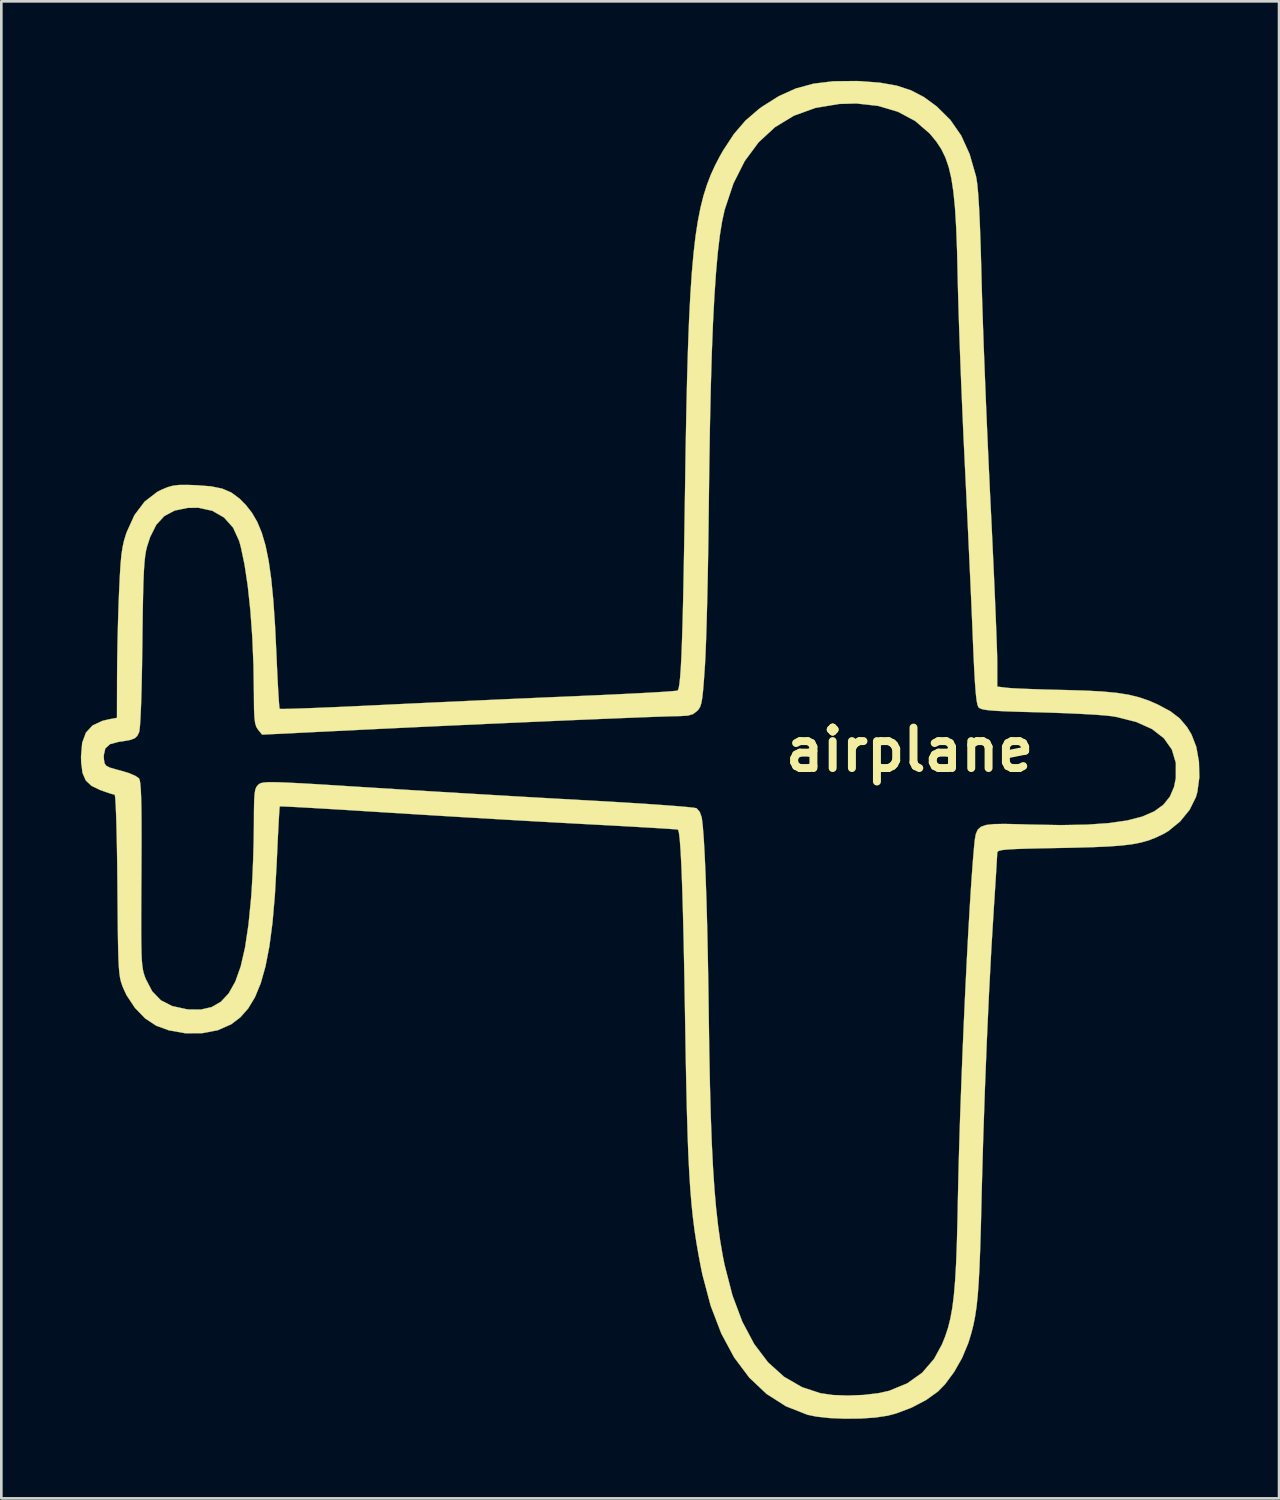
<source format=kicad_pcb>
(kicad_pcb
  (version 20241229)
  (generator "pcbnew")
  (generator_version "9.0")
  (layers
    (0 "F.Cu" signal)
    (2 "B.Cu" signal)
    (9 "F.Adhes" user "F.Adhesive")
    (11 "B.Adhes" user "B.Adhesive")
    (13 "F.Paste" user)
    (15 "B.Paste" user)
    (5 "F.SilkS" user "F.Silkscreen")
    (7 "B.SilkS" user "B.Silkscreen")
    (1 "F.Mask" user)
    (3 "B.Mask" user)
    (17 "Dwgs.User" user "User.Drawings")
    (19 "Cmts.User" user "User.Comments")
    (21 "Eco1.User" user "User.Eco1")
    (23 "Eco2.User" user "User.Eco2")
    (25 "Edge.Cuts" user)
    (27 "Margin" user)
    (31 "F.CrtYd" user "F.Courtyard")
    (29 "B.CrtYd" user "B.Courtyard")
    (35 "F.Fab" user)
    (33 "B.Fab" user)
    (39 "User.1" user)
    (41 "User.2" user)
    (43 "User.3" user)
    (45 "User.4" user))
  (footprint "airplane"
    (layer "F.Cu")
    (at 21.087 25.218)
    (property "Reference" "airplane" (at 10.16 0 0) (layer "F.SilkS") (effects (font (size 1.524 1.524) (thickness 0.3))))
    (attr through_hole)
    (fp_poly (pts (xy 8.277 -25.209) (xy 9.037 -25.151) (xy 9.669 -25.04) (xy 10.211 -24.862) (xy 10.7 -24.607) (xy 11.172 -24.261) (xy 11.183 -24.252) (xy 11.696 -23.744) (xy 12.104 -23.155) (xy 12.42 -22.46) (xy 12.658 -21.634) (xy 12.668 -21.59) (xy 12.707 -21.343) (xy 12.743 -20.966) (xy 12.776 -20.451) (xy 12.807 -19.791) (xy 12.836 -18.978) (xy 12.864 -18.005) (xy 12.869 -17.78) (xy 12.889 -17.061) (xy 12.917 -16.203) (xy 12.951 -15.235) (xy 12.992 -14.187) (xy 13.036 -13.089) (xy 13.084 -11.97) (xy 13.134 -10.86) (xy 13.184 -9.788) (xy 13.205 -9.36) (xy 13.252 -8.41) (xy 13.295 -7.487) (xy 13.336 -6.607) (xy 13.372 -5.79) (xy 13.403 -5.054) (xy 13.428 -4.416) (xy 13.447 -3.894) (xy 13.459 -3.508) (xy 13.462 -3.291) (xy 13.462 -2.381) (xy 13.822 -2.336) (xy 14.014 -2.321) (xy 14.344 -2.304) (xy 14.781 -2.287) (xy 15.293 -2.27) (xy 15.849 -2.256) (xy 16.002 -2.253) (xy 16.791 -2.23) (xy 17.438 -2.195) (xy 17.973 -2.144) (xy 18.423 -2.073) (xy 18.816 -1.976) (xy 19.18 -1.851) (xy 19.508 -1.708) (xy 19.985 -1.454) (xy 20.338 -1.185) (xy 20.615 -0.859) (xy 20.785 -0.579) (xy 20.967 -0.109) (xy 21.067 0.45) (xy 21.082 1.037) (xy 21.007 1.59) (xy 20.953 1.783) (xy 20.717 2.261) (xy 20.356 2.705) (xy 19.912 3.067) (xy 19.711 3.183) (xy 19.438 3.312) (xy 19.168 3.417) (xy 18.877 3.499) (xy 18.542 3.563) (xy 18.142 3.611) (xy 17.653 3.647) (xy 17.053 3.673) (xy 16.318 3.693) (xy 15.854 3.702) (xy 15.151 3.715) (xy 14.599 3.728) (xy 14.181 3.742) (xy 13.878 3.758) (xy 13.672 3.778) (xy 13.547 3.804) (xy 13.483 3.835) (xy 13.462 3.875) (xy 13.462 3.883) (xy 13.456 4.005) (xy 13.441 4.27) (xy 13.418 4.651) (xy 13.388 5.123) (xy 13.354 5.659) (xy 13.336 5.927) (xy 13.241 7.482) (xy 13.152 9.171) (xy 13.07 10.958) (xy 12.996 12.807) (xy 12.932 14.682) (xy 12.879 16.547) (xy 12.869 16.976) (xy 12.845 17.96) (xy 12.82 18.794) (xy 12.793 19.496) (xy 12.762 20.084) (xy 12.726 20.578) (xy 12.682 20.995) (xy 12.629 21.355) (xy 12.566 21.676) (xy 12.49 21.977) (xy 12.4 22.276) (xy 12.363 22.388) (xy 12.138 22.928) (xy 11.837 23.458) (xy 11.494 23.922) (xy 11.23 24.194) (xy 10.782 24.515) (xy 10.233 24.803) (xy 9.648 25.024) (xy 9.324 25.109) (xy 8.859 25.178) (xy 8.306 25.215) (xy 7.717 25.221) (xy 7.144 25.197) (xy 6.641 25.142) (xy 6.308 25.073) (xy 5.495 24.753) (xy 4.763 24.286) (xy 4.112 23.671) (xy 3.544 22.913) (xy 3.059 22.011) (xy 2.659 20.967) (xy 2.345 19.784) (xy 2.294 19.536) (xy 2.202 19.054) (xy 2.121 18.587) (xy 2.05 18.121) (xy 1.989 17.641) (xy 1.936 17.131) (xy 1.89 16.575) (xy 1.851 15.959) (xy 1.816 15.267) (xy 1.787 14.484) (xy 1.761 13.594) (xy 1.737 12.583) (xy 1.715 11.435) (xy 1.693 10.134) (xy 1.691 9.991) (xy 1.666 8.543) (xy 1.64 7.264) (xy 1.613 6.154) (xy 1.585 5.212) (xy 1.556 4.437) (xy 1.525 3.83) (xy 1.493 3.39) (xy 1.459 3.116) (xy 1.425 3.01) (xy 1.338 3) (xy 1.098 2.983) (xy 0.726 2.959) (xy 0.237 2.93) (xy -0.35 2.896) (xy -1.017 2.859) (xy -1.747 2.82) (xy -2.117 2.8) (xy -3.006 2.752) (xy -4.021 2.696) (xy -5.119 2.633) (xy -6.256 2.567) (xy -7.39 2.499) (xy -8.476 2.433) (xy -9.472 2.371) (xy -9.6 2.363) (xy -10.401 2.313) (xy -11.15 2.266) (xy -11.828 2.226) (xy -12.42 2.191) (xy -12.909 2.164) (xy -13.278 2.145) (xy -13.511 2.135) (xy -13.59 2.135) (xy -13.6 2.222) (xy -13.615 2.456) (xy -13.635 2.814) (xy -13.659 3.271) (xy -13.684 3.806) (xy -13.706 4.287) (xy -13.773 5.48) (xy -13.863 6.517) (xy -13.98 7.408) (xy -14.127 8.166) (xy -14.306 8.801) (xy -14.522 9.326) (xy -14.778 9.752) (xy -15.076 10.089) (xy -15.417 10.349) (xy -15.925 10.574) (xy -16.518 10.687) (xy -17.149 10.689) (xy -17.775 10.577) (xy -18.248 10.404) (xy -18.664 10.13) (xy -19.05 9.731) (xy -19.367 9.252) (xy -19.49 8.987) (xy -19.538 8.863) (xy -19.578 8.739) (xy -19.61 8.6) (xy -19.635 8.425) (xy -19.655 8.199) (xy -19.67 7.904) (xy -19.682 7.521) (xy -19.691 7.034) (xy -19.698 6.424) (xy -19.705 5.674) (xy -19.71 5.101) (xy -19.718 4.321) (xy -19.729 3.613) (xy -19.743 2.992) (xy -19.758 2.474) (xy -19.775 2.075) (xy -19.792 1.811) (xy -19.81 1.697) (xy -19.814 1.693) (xy -19.929 1.666) (xy -20.149 1.593) (xy -20.367 1.515) (xy -20.69 1.359) (xy -20.903 1.158) (xy -21.026 0.875) (xy -21.077 0.479) (xy -21.082 0.248) (xy -21.079 0.213) (xy -20.226 0.213) (xy -20.219 0.364) (xy -20.196 0.507) (xy -20.136 0.601) (xy -20.002 0.671) (xy -19.756 0.743) (xy -19.6 0.783) (xy -19.29 0.876) (xy -19.039 0.981) (xy -18.899 1.076) (xy -18.897 1.079) (xy -18.868 1.15) (xy -18.846 1.288) (xy -18.828 1.508) (xy -18.815 1.822) (xy -18.806 2.244) (xy -18.802 2.789) (xy -18.801 3.47) (xy -18.804 4.301) (xy -18.806 4.699) (xy -18.811 5.558) (xy -18.813 6.265) (xy -18.814 6.838) (xy -18.81 7.293) (xy -18.803 7.649) (xy -18.791 7.923) (xy -18.773 8.131) (xy -18.749 8.293) (xy -18.718 8.424) (xy -18.679 8.543) (xy -18.641 8.643) (xy -18.398 9.109) (xy -18.074 9.444) (xy -17.648 9.663) (xy -17.099 9.783) (xy -17.033 9.791) (xy -16.565 9.796) (xy -16.159 9.703) (xy -15.81 9.502) (xy -15.514 9.185) (xy -15.266 8.744) (xy -15.062 8.171) (xy -14.898 7.456) (xy -14.768 6.593) (xy -14.668 5.573) (xy -14.651 5.334) (xy -14.618 4.767) (xy -14.591 4.109) (xy -14.572 3.438) (xy -14.564 2.833) (xy -14.564 2.786) (xy -14.561 2.28) (xy -14.554 1.916) (xy -14.538 1.667) (xy -14.511 1.503) (xy -14.468 1.399) (xy -14.408 1.326) (xy -14.398 1.316) (xy -14.354 1.283) (xy -14.294 1.256) (xy -14.203 1.237) (xy -14.068 1.225) (xy -13.874 1.222) (xy -13.605 1.227) (xy -13.248 1.242) (xy -12.788 1.265) (xy -12.211 1.298) (xy -11.502 1.342) (xy -10.647 1.396) (xy -10.101 1.43) (xy -9.083 1.494) (xy -7.952 1.564) (xy -6.753 1.636) (xy -5.532 1.708) (xy -4.334 1.778) (xy -3.204 1.842) (xy -2.189 1.899) (xy -1.998 1.909) (xy -1.19 1.954) (xy -0.431 2) (xy 0.262 2.044) (xy 0.872 2.087) (xy 1.38 2.125) (xy 1.771 2.159) (xy 2.026 2.187) (xy 2.126 2.206) (xy 2.246 2.343) (xy 2.322 2.558) (xy 2.322 2.562) (xy 2.361 2.887) (xy 2.398 3.369) (xy 2.433 3.997) (xy 2.466 4.759) (xy 2.497 5.644) (xy 2.525 6.638) (xy 2.549 7.731) (xy 2.57 8.911) (xy 2.584 9.906) (xy 2.604 11.355) (xy 2.63 12.648) (xy 2.661 13.8) (xy 2.699 14.826) (xy 2.745 15.738) (xy 2.799 16.551) (xy 2.862 17.28) (xy 2.936 17.938) (xy 3.02 18.539) (xy 3.117 19.098) (xy 3.182 19.423) (xy 3.477 20.568) (xy 3.849 21.562) (xy 4.297 22.405) (xy 4.822 23.098) (xy 5.424 23.641) (xy 6.103 24.033) (xy 6.795 24.261) (xy 7.262 24.328) (xy 7.826 24.349) (xy 8.419 24.326) (xy 8.974 24.261) (xy 9.385 24.17) (xy 10.068 23.889) (xy 10.631 23.489) (xy 11.081 22.966) (xy 11.377 22.423) (xy 11.502 22.113) (xy 11.608 21.791) (xy 11.696 21.438) (xy 11.769 21.037) (xy 11.827 20.569) (xy 11.874 20.017) (xy 11.912 19.362) (xy 11.941 18.586) (xy 11.965 17.672) (xy 11.979 16.933) (xy 12 15.986) (xy 12.028 14.946) (xy 12.063 13.834) (xy 12.105 12.674) (xy 12.151 11.487) (xy 12.202 10.295) (xy 12.256 9.119) (xy 12.312 7.983) (xy 12.369 6.908) (xy 12.427 5.915) (xy 12.483 5.028) (xy 12.538 4.267) (xy 12.586 3.692) (xy 12.615 3.401) (xy 12.654 3.178) (xy 12.725 3.015) (xy 12.848 2.904) (xy 13.044 2.836) (xy 13.333 2.803) (xy 13.737 2.796) (xy 14.274 2.808) (xy 14.724 2.821) (xy 15.859 2.841) (xy 16.837 2.824) (xy 17.669 2.766) (xy 18.365 2.666) (xy 18.933 2.519) (xy 19.383 2.322) (xy 19.726 2.073) (xy 19.971 1.769) (xy 20.127 1.405) (xy 20.195 1.071) (xy 20.196 0.494) (xy 20.046 -0.008) (xy 19.746 -0.433) (xy 19.298 -0.781) (xy 18.704 -1.048) (xy 17.966 -1.235) (xy 17.772 -1.267) (xy 17.51 -1.295) (xy 17.11 -1.325) (xy 16.605 -1.353) (xy 16.029 -1.379) (xy 15.412 -1.401) (xy 15.009 -1.413) (xy 14.337 -1.43) (xy 13.815 -1.448) (xy 13.423 -1.467) (xy 13.142 -1.489) (xy 12.951 -1.516) (xy 12.833 -1.549) (xy 12.766 -1.59) (xy 12.756 -1.6) (xy 12.718 -1.687) (xy 12.684 -1.862) (xy 12.652 -2.142) (xy 12.622 -2.539) (xy 12.592 -3.069) (xy 12.56 -3.745) (xy 12.542 -4.191) (xy 12.517 -4.798) (xy 12.485 -5.544) (xy 12.447 -6.396) (xy 12.404 -7.324) (xy 12.359 -8.297) (xy 12.312 -9.284) (xy 12.265 -10.253) (xy 12.235 -10.88) (xy 12.189 -11.833) (xy 12.145 -12.835) (xy 12.102 -13.854) (xy 12.063 -14.855) (xy 12.029 -15.808) (xy 12.001 -16.677) (xy 11.98 -17.431) (xy 11.971 -17.822) (xy 11.947 -18.836) (xy 11.914 -19.697) (xy 11.87 -20.424) (xy 11.81 -21.033) (xy 11.732 -21.543) (xy 11.632 -21.97) (xy 11.507 -22.332) (xy 11.354 -22.645) (xy 11.168 -22.928) (xy 10.946 -23.198) (xy 10.908 -23.24) (xy 10.368 -23.707) (xy 9.719 -24.054) (xy 8.975 -24.275) (xy 8.151 -24.367) (xy 7.503 -24.349) (xy 6.604 -24.199) (xy 5.797 -23.907) (xy 5.083 -23.474) (xy 4.463 -22.902) (xy 3.939 -22.193) (xy 3.514 -21.348) (xy 3.188 -20.37) (xy 3.18 -20.338) (xy 3.086 -19.91) (xy 3.001 -19.38) (xy 2.925 -18.74) (xy 2.858 -17.985) (xy 2.798 -17.107) (xy 2.745 -16.099) (xy 2.7 -14.955) (xy 2.662 -13.668) (xy 2.63 -12.231) (xy 2.604 -10.638) (xy 2.586 -9.144) (xy 2.575 -8.231) (xy 2.561 -7.319) (xy 2.545 -6.432) (xy 2.526 -5.595) (xy 2.506 -4.83) (xy 2.485 -4.161) (xy 2.464 -3.612) (xy 2.443 -3.206) (xy 2.441 -3.177) (xy 2.403 -2.63) (xy 2.37 -2.225) (xy 2.338 -1.938) (xy 2.301 -1.742) (xy 2.256 -1.61) (xy 2.198 -1.517) (xy 2.148 -1.463) (xy 1.994 -1.346) (xy 1.797 -1.287) (xy 1.496 -1.269) (xy 1.464 -1.269) (xy 1.246 -1.265) (xy 0.874 -1.253) (xy 0.365 -1.235) (xy -0.267 -1.211) (xy -1.004 -1.181) (xy -1.833 -1.147) (xy -2.736 -1.109) (xy -3.699 -1.067) (xy -4.705 -1.023) (xy -5.738 -0.977) (xy -6.784 -0.93) (xy -7.826 -0.882) (xy -8.849 -0.834) (xy -9.837 -0.787) (xy -10.535 -0.753) (xy -14.255 -0.57) (xy -14.409 -0.76) (xy -14.473 -0.862) (xy -14.517 -1.003) (xy -14.544 -1.213) (xy -14.559 -1.524) (xy -14.563 -1.967) (xy -14.563 -2.063) (xy -14.58 -3.179) (xy -14.625 -4.252) (xy -14.698 -5.259) (xy -14.796 -6.176) (xy -14.917 -6.981) (xy -15.058 -7.649) (xy -15.119 -7.872) (xy -15.348 -8.374) (xy -15.691 -8.757) (xy -16.132 -9.01) (xy -16.66 -9.125) (xy -17.072 -9.118) (xy -17.559 -9.016) (xy -17.943 -8.81) (xy -18.244 -8.483) (xy -18.477 -8.018) (xy -18.593 -7.662) (xy -18.632 -7.501) (xy -18.664 -7.305) (xy -18.69 -7.058) (xy -18.712 -6.74) (xy -18.729 -6.334) (xy -18.743 -5.821) (xy -18.755 -5.183) (xy -18.766 -4.401) (xy -18.77 -4.022) (xy -18.782 -3.17) (xy -18.797 -2.421) (xy -18.815 -1.787) (xy -18.836 -1.281) (xy -18.859 -0.915) (xy -18.883 -0.7) (xy -18.894 -0.659) (xy -18.961 -0.521) (xy -19.059 -0.431) (xy -19.226 -0.37) (xy -19.506 -0.32) (xy -19.664 -0.298) (xy -19.985 -0.213) (xy -20.166 -0.051) (xy -20.226 0.213) (xy -21.079 0.213) (xy -21.038 -0.264) (xy -20.897 -0.646) (xy -20.647 -0.916) (xy -20.274 -1.09) (xy -20.042 -1.145) (xy -19.727 -1.204) (xy -19.723 -2.74) (xy -19.718 -3.367) (xy -19.705 -4.092) (xy -19.686 -4.848) (xy -19.663 -5.562) (xy -19.648 -5.929) (xy -19.62 -6.528) (xy -19.592 -6.99) (xy -19.559 -7.347) (xy -19.517 -7.631) (xy -19.463 -7.875) (xy -19.392 -8.111) (xy -19.363 -8.197) (xy -19.067 -8.849) (xy -18.683 -9.357) (xy -18.211 -9.72) (xy -18.054 -9.8) (xy -17.825 -9.897) (xy -17.62 -9.955) (xy -17.388 -9.983) (xy -17.079 -9.986) (xy -16.736 -9.974) (xy -16.186 -9.932) (xy -15.76 -9.846) (xy -15.415 -9.698) (xy -15.109 -9.471) (xy -14.868 -9.228) (xy -14.636 -8.932) (xy -14.437 -8.589) (xy -14.268 -8.183) (xy -14.126 -7.7) (xy -14.008 -7.123) (xy -13.911 -6.437) (xy -13.832 -5.628) (xy -13.767 -4.68) (xy -13.715 -3.605) (xy -13.69 -3.038) (xy -13.665 -2.528) (xy -13.641 -2.1) (xy -13.619 -1.779) (xy -13.602 -1.586) (xy -13.593 -1.542) (xy -13.503 -1.538) (xy -13.261 -1.542) (xy -12.884 -1.553) (xy -12.39 -1.571) (xy -11.795 -1.595) (xy -11.116 -1.624) (xy -10.371 -1.659) (xy -9.761 -1.688) (xy -8.782 -1.735) (xy -7.69 -1.786) (xy -6.533 -1.839) (xy -5.359 -1.893) (xy -4.216 -1.943) (xy -3.151 -1.99) (xy -2.304 -2.026) (xy -1.533 -2.059) (xy -0.814 -2.093) (xy -0.166 -2.125) (xy 0.395 -2.155) (xy 0.85 -2.182) (xy 1.182 -2.206) (xy 1.373 -2.224) (xy 1.414 -2.232) (xy 1.447 -2.306) (xy 1.477 -2.466) (xy 1.505 -2.718) (xy 1.531 -3.073) (xy 1.555 -3.536) (xy 1.577 -4.117) (xy 1.599 -4.824) (xy 1.62 -5.664) (xy 1.64 -6.646) (xy 1.66 -7.778) (xy 1.68 -9.068) (xy 1.689 -9.652) (xy 1.713 -11.267) (xy 1.74 -12.723) (xy 1.77 -14.031) (xy 1.805 -15.201) (xy 1.845 -16.245) (xy 1.893 -17.172) (xy 1.948 -17.993) (xy 2.013 -18.72) (xy 2.087 -19.361) (xy 2.174 -19.929) (xy 2.273 -20.433) (xy 2.386 -20.885) (xy 2.515 -21.294) (xy 2.659 -21.672) (xy 2.822 -22.029) (xy 3.002 -22.375) (xy 3.13 -22.599) (xy 3.536 -23.218) (xy 3.966 -23.718) (xy 4.465 -24.15) (xy 4.601 -24.249) (xy 5.229 -24.644) (xy 5.861 -24.929) (xy 6.534 -25.113) (xy 7.282 -25.204) (xy 8.143 -25.213) (xy 8.277 -25.209)) (stroke (width 0.01) (type solid)) (fill yes) (layer "F.SilkS")))
  (gr_rect
    (start -3 -3)
    (end 45.174 53.445)
    (stroke (width 0.1) (type default))
    (fill no)
    (layer "Edge.Cuts")))
</source>
